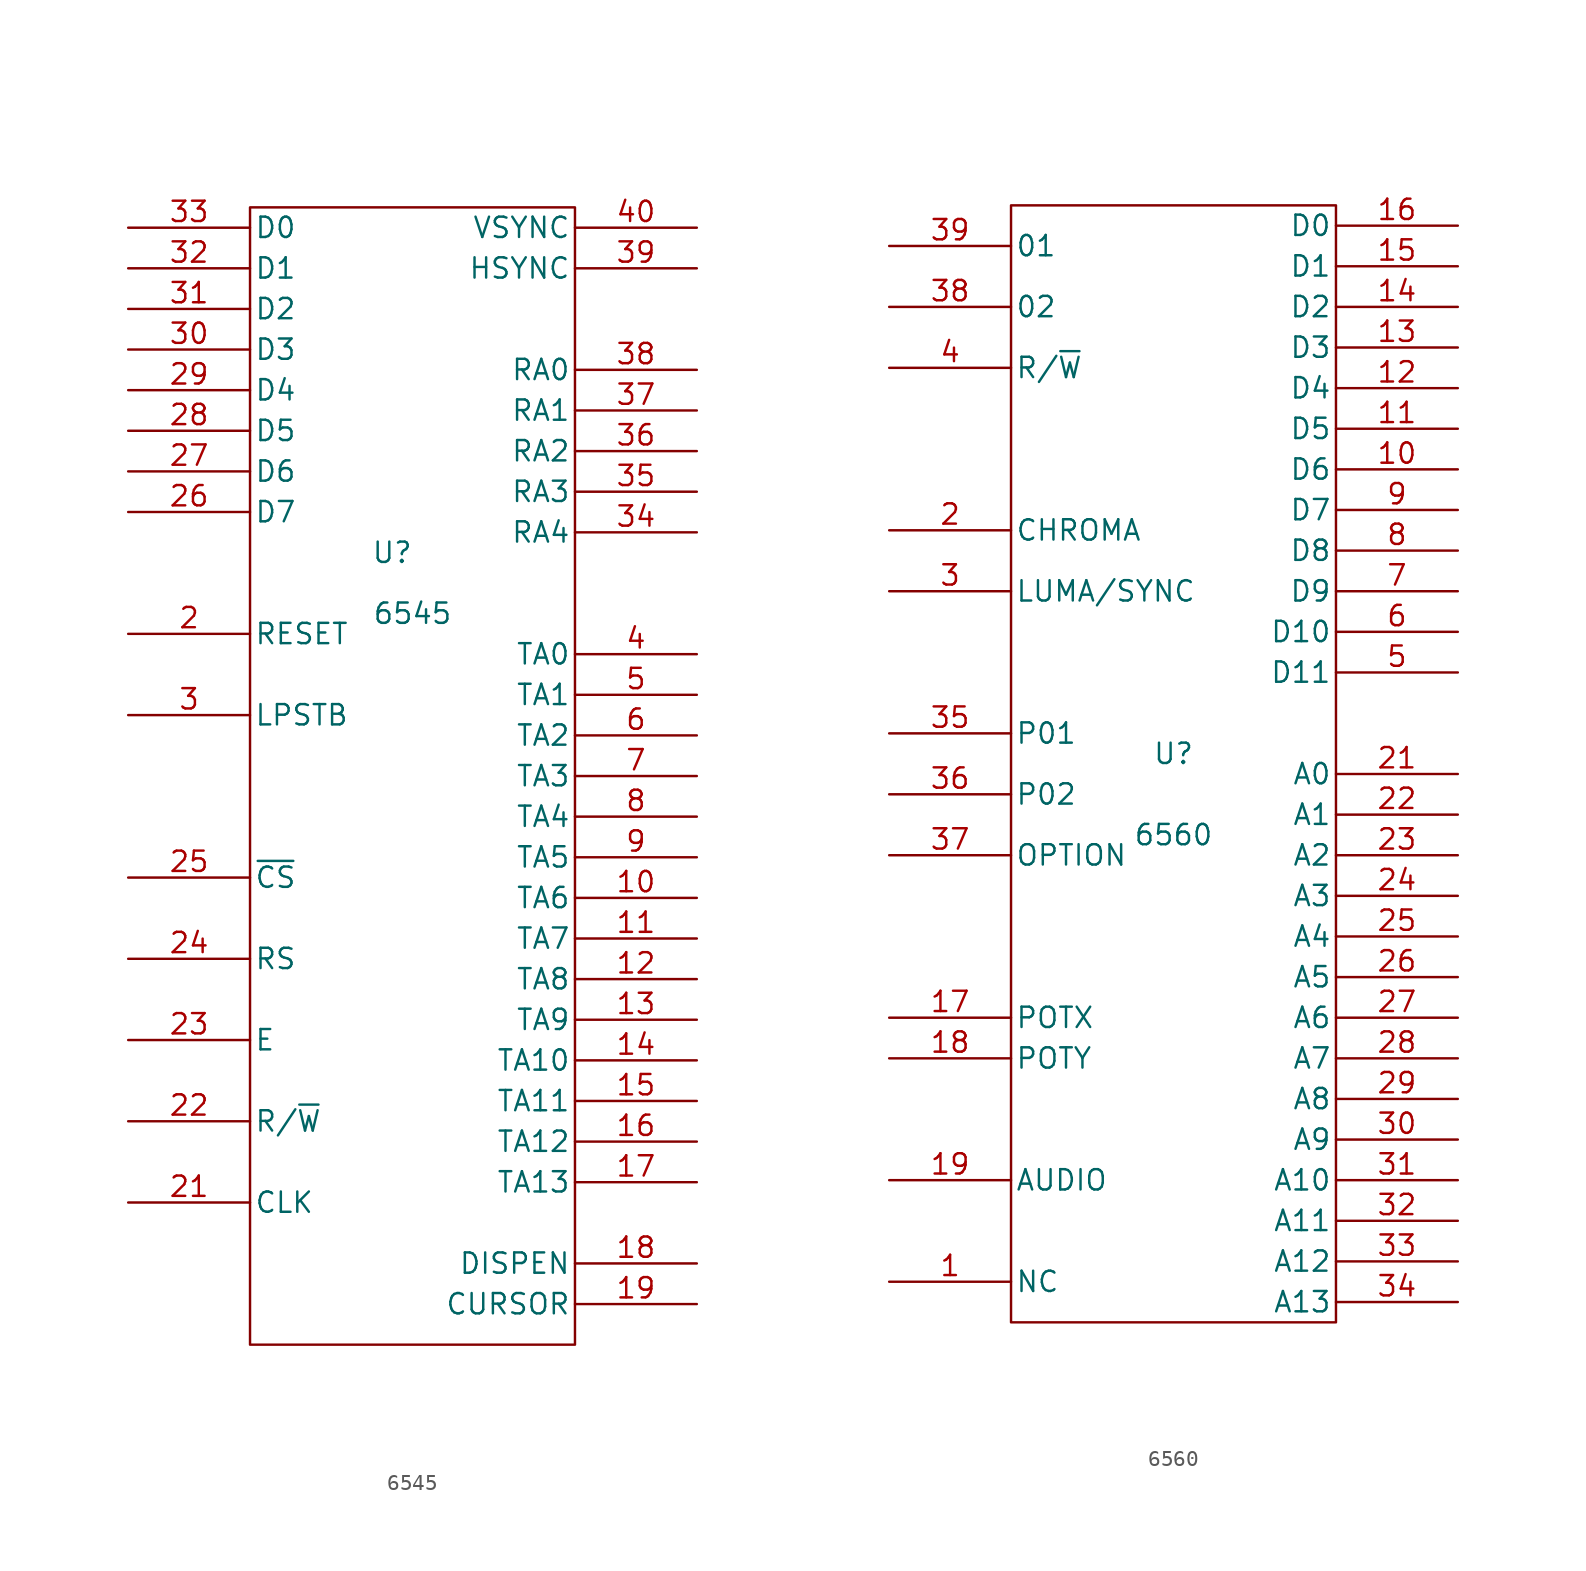
<source format=kicad_sym>
(kicad_symbol_lib
  (version 20211014)
  (generator kicad_symbol_editor)
  (symbol "6545"
    (pin_names
      (offset 0.254))
    (property "Reference" "U"
      (at -1.27 -2.54 0)
      (effects (font (size 1.27 1.27))))
    (property "Value" "6545"
      (at 0 -6.35 0)
      (effects (font (size 1.27 1.27))))
    (property "Footprint" ""
      (at 0 0 0)
      (effects (font (size 1.27 1.27))))
    (property "Datasheet" ""
      (at 0 0 0)
      (effects (font (size 1.27 1.27))))
    (symbol "6545_0_0"
      (pin power_in line (at 0 -52.07 90) (length 1.27) hide (name "GND" (effects (font (size 1.27 1.27)))) (number "1" (effects (font (size 1.27 1.27)))))
      (pin power_in line (at 0 20.32 270) (length 1.27) hide (name "Vcc" (effects (font (size 1.27 1.27)))) (number "20" (effects (font (size 1.27 1.27))))))
    (symbol "6545_0_1"
      (rectangle (start -10.16 19.05) (end 10.16 -52.07) (stroke (width 0) (type default) (color 0 0 0 0)) (fill (type none))))
    (symbol "6545_1_1"
      (pin output line (at 17.78 -24.13 180) (length 7.62) (name "TA6" (effects (font (size 1.27 1.27)))) (number "10" (effects (font (size 1.27 1.27)))))
      (pin output line (at 17.78 -26.67 180) (length 7.62) (name "TA7" (effects (font (size 1.27 1.27)))) (number "11" (effects (font (size 1.27 1.27)))))
      (pin output line (at 17.78 -29.21 180) (length 7.62) (name "TA8" (effects (font (size 1.27 1.27)))) (number "12" (effects (font (size 1.27 1.27)))))
      (pin output line (at 17.78 -31.75 180) (length 7.62) (name "TA9" (effects (font (size 1.27 1.27)))) (number "13" (effects (font (size 1.27 1.27)))))
      (pin output line (at 17.78 -34.29 180) (length 7.62) (name "TA10" (effects (font (size 1.27 1.27)))) (number "14" (effects (font (size 1.27 1.27)))))
      (pin output line (at 17.78 -36.83 180) (length 7.62) (name "TA11" (effects (font (size 1.27 1.27)))) (number "15" (effects (font (size 1.27 1.27)))))
      (pin output line (at 17.78 -39.37 180) (length 7.62) (name "TA12" (effects (font (size 1.27 1.27)))) (number "16" (effects (font (size 1.27 1.27)))))
      (pin output line (at 17.78 -41.91 180) (length 7.62) (name "TA13" (effects (font (size 1.27 1.27)))) (number "17" (effects (font (size 1.27 1.27)))))
      (pin output line (at 17.78 -46.99 180) (length 7.62) (name "DISPEN" (effects (font (size 1.27 1.27)))) (number "18" (effects (font (size 1.27 1.27)))))
      (pin output line (at 17.78 -49.53 180) (length 7.62) (name "CURSOR" (effects (font (size 1.27 1.27)))) (number "19" (effects (font (size 1.27 1.27)))))
      (pin input line (at -17.78 -7.62 0) (length 7.62) (name "RESET" (effects (font (size 1.27 1.27)))) (number "2" (effects (font (size 1.27 1.27)))))
      (pin input line (at -17.78 -43.18 0) (length 7.62) (name "CLK" (effects (font (size 1.27 1.27)))) (number "21" (effects (font (size 1.27 1.27)))))
      (pin input line (at -17.78 -38.1 0) (length 7.62) (name "R/~{W}" (effects (font (size 1.27 1.27)))) (number "22" (effects (font (size 1.27 1.27)))))
      (pin output line (at -17.78 -33.02 0) (length 7.62) (name "E" (effects (font (size 1.27 1.27)))) (number "23" (effects (font (size 1.27 1.27)))))
      (pin input line (at -17.78 -27.94 0) (length 7.62) (name "RS" (effects (font (size 1.27 1.27)))) (number "24" (effects (font (size 1.27 1.27)))))
      (pin input line (at -17.78 -22.86 0) (length 7.62) (name "~{CS}" (effects (font (size 1.27 1.27)))) (number "25" (effects (font (size 1.27 1.27)))))
      (pin bidirectional line (at -17.78 0 0) (length 7.62) (name "D7" (effects (font (size 1.27 1.27)))) (number "26" (effects (font (size 1.27 1.27)))))
      (pin bidirectional line (at -17.78 2.54 0) (length 7.62) (name "D6" (effects (font (size 1.27 1.27)))) (number "27" (effects (font (size 1.27 1.27)))))
      (pin bidirectional line (at -17.78 5.08 0) (length 7.62) (name "D5" (effects (font (size 1.27 1.27)))) (number "28" (effects (font (size 1.27 1.27)))))
      (pin bidirectional line (at -17.78 7.62 0) (length 7.62) (name "D4" (effects (font (size 1.27 1.27)))) (number "29" (effects (font (size 1.27 1.27)))))
      (pin input line (at -17.78 -12.7 0) (length 7.62) (name "LPSTB" (effects (font (size 1.27 1.27)))) (number "3" (effects (font (size 1.27 1.27)))))
      (pin input line (at -17.78 10.16 0) (length 7.62) (name "D3" (effects (font (size 1.27 1.27)))) (number "30" (effects (font (size 1.27 1.27)))))
      (pin bidirectional line (at -17.78 12.7 0) (length 7.62) (name "D2" (effects (font (size 1.27 1.27)))) (number "31" (effects (font (size 1.27 1.27)))))
      (pin bidirectional line (at -17.78 15.24 0) (length 7.62) (name "D1" (effects (font (size 1.27 1.27)))) (number "32" (effects (font (size 1.27 1.27)))))
      (pin bidirectional line (at -17.78 17.78 0) (length 7.62) (name "D0" (effects (font (size 1.27 1.27)))) (number "33" (effects (font (size 1.27 1.27)))))
      (pin output line (at 17.78 -1.27 180) (length 7.62) (name "RA4" (effects (font (size 1.27 1.27)))) (number "34" (effects (font (size 1.27 1.27)))))
      (pin output line (at 17.78 1.27 180) (length 7.62) (name "RA3" (effects (font (size 1.27 1.27)))) (number "35" (effects (font (size 1.27 1.27)))))
      (pin output line (at 17.78 3.81 180) (length 7.62) (name "RA2" (effects (font (size 1.27 1.27)))) (number "36" (effects (font (size 1.27 1.27)))))
      (pin output line (at 17.78 6.35 180) (length 7.62) (name "RA1" (effects (font (size 1.27 1.27)))) (number "37" (effects (font (size 1.27 1.27)))))
      (pin output line (at 17.78 8.89 180) (length 7.62) (name "RA0" (effects (font (size 1.27 1.27)))) (number "38" (effects (font (size 1.27 1.27)))))
      (pin output line (at 17.78 15.24 180) (length 7.62) (name "HSYNC" (effects (font (size 1.27 1.27)))) (number "39" (effects (font (size 1.27 1.27)))))
      (pin output line (at 17.78 -8.89 180) (length 7.62) (name "TA0" (effects (font (size 1.27 1.27)))) (number "4" (effects (font (size 1.27 1.27)))))
      (pin output line (at 17.78 17.78 180) (length 7.62) (name "VSYNC" (effects (font (size 1.27 1.27)))) (number "40" (effects (font (size 1.27 1.27)))))
      (pin output line (at 17.78 -11.43 180) (length 7.62) (name "TA1" (effects (font (size 1.27 1.27)))) (number "5" (effects (font (size 1.27 1.27)))))
      (pin output line (at 17.78 -13.97 180) (length 7.62) (name "TA2" (effects (font (size 1.27 1.27)))) (number "6" (effects (font (size 1.27 1.27)))))
      (pin output line (at 17.78 -16.51 180) (length 7.62) (name "TA3" (effects (font (size 1.27 1.27)))) (number "7" (effects (font (size 1.27 1.27)))))
      (pin output line (at 17.78 -19.05 180) (length 7.62) (name "TA4" (effects (font (size 1.27 1.27)))) (number "8" (effects (font (size 1.27 1.27)))))
      (pin output line (at 17.78 -21.59 180) (length 7.62) (name "TA5" (effects (font (size 1.27 1.27)))) (number "9" (effects (font (size 1.27 1.27)))))))
  (symbol "6560"
    (pin_names
      (offset 0.254))
    (property "Reference" "U"
      (at 0 -15.24 0)
      (effects (font (size 1.27 1.27))))
    (property "Value" "6560"
      (at 0 -20.32 0)
      (effects (font (size 1.27 1.27))))
    (property "Footprint" ""
      (at 0 0 0)
      (effects (font (size 1.27 1.27))))
    (property "Datasheet" ""
      (at 0 0 0)
      (effects (font (size 1.27 1.27))))
    (symbol "6560_0_0"
      (pin power_in line (at 0 -50.8 90) (length 1.27) hide (name "GND" (effects (font (size 1.27 1.27)))) (number "20" (effects (font (size 1.27 1.27)))))
      (pin power_in line (at 0 20.32 270) (length 1.27) hide (name "VCC" (effects (font (size 1.27 1.27)))) (number "40" (effects (font (size 1.27 1.27))))))
    (symbol "6560_0_1"
      (rectangle (start -10.16 19.05) (end 10.16 -50.8) (stroke (width 0) (type default) (color 0 0 0 0)) (fill (type none))))
    (symbol "6560_1_1"
      (pin bidirectional line (at -17.78 -48.26 0) (length 7.62) (name "NC" (effects (font (size 1.27 1.27)))) (number "1" (effects (font (size 1.27 1.27)))))
      (pin bidirectional line (at 17.78 2.54 180) (length 7.62) (name "D6" (effects (font (size 1.27 1.27)))) (number "10" (effects (font (size 1.27 1.27)))))
      (pin bidirectional line (at 17.78 5.08 180) (length 7.62) (name "D5" (effects (font (size 1.27 1.27)))) (number "11" (effects (font (size 1.27 1.27)))))
      (pin bidirectional line (at 17.78 7.62 180) (length 7.62) (name "D4" (effects (font (size 1.27 1.27)))) (number "12" (effects (font (size 1.27 1.27)))))
      (pin bidirectional line (at 17.78 10.16 180) (length 7.62) (name "D3" (effects (font (size 1.27 1.27)))) (number "13" (effects (font (size 1.27 1.27)))))
      (pin bidirectional line (at 17.78 12.7 180) (length 7.62) (name "D2" (effects (font (size 1.27 1.27)))) (number "14" (effects (font (size 1.27 1.27)))))
      (pin bidirectional line (at 17.78 15.24 180) (length 7.62) (name "D1" (effects (font (size 1.27 1.27)))) (number "15" (effects (font (size 1.27 1.27)))))
      (pin bidirectional line (at 17.78 17.78 180) (length 7.62) (name "D0" (effects (font (size 1.27 1.27)))) (number "16" (effects (font (size 1.27 1.27)))))
      (pin input line (at -17.78 -31.75 0) (length 7.62) (name "POTX" (effects (font (size 1.27 1.27)))) (number "17" (effects (font (size 1.27 1.27)))))
      (pin input line (at -17.78 -34.29 0) (length 7.62) (name "POTY" (effects (font (size 1.27 1.27)))) (number "18" (effects (font (size 1.27 1.27)))))
      (pin output line (at -17.78 -41.91 0) (length 7.62) (name "AUDIO" (effects (font (size 1.27 1.27)))) (number "19" (effects (font (size 1.27 1.27)))))
      (pin input line (at -17.78 -1.27 0) (length 7.62) (name "CHROMA" (effects (font (size 1.27 1.27)))) (number "2" (effects (font (size 1.27 1.27)))))
      (pin output line (at 17.78 -16.51 180) (length 7.62) (name "A0" (effects (font (size 1.27 1.27)))) (number "21" (effects (font (size 1.27 1.27)))))
      (pin output line (at 17.78 -19.05 180) (length 7.62) (name "A1" (effects (font (size 1.27 1.27)))) (number "22" (effects (font (size 1.27 1.27)))))
      (pin output line (at 17.78 -21.59 180) (length 7.62) (name "A2" (effects (font (size 1.27 1.27)))) (number "23" (effects (font (size 1.27 1.27)))))
      (pin output line (at 17.78 -24.13 180) (length 7.62) (name "A3" (effects (font (size 1.27 1.27)))) (number "24" (effects (font (size 1.27 1.27)))))
      (pin output line (at 17.78 -26.67 180) (length 7.62) (name "A4" (effects (font (size 1.27 1.27)))) (number "25" (effects (font (size 1.27 1.27)))))
      (pin output line (at 17.78 -29.21 180) (length 7.62) (name "A5" (effects (font (size 1.27 1.27)))) (number "26" (effects (font (size 1.27 1.27)))))
      (pin output line (at 17.78 -31.75 180) (length 7.62) (name "A6" (effects (font (size 1.27 1.27)))) (number "27" (effects (font (size 1.27 1.27)))))
      (pin output line (at 17.78 -34.29 180) (length 7.62) (name "A7" (effects (font (size 1.27 1.27)))) (number "28" (effects (font (size 1.27 1.27)))))
      (pin output line (at 17.78 -36.83 180) (length 7.62) (name "A8" (effects (font (size 1.27 1.27)))) (number "29" (effects (font (size 1.27 1.27)))))
      (pin input line (at -17.78 -5.08 0) (length 7.62) (name "LUMA/SYNC" (effects (font (size 1.27 1.27)))) (number "3" (effects (font (size 1.27 1.27)))))
      (pin output line (at 17.78 -39.37 180) (length 7.62) (name "A9" (effects (font (size 1.27 1.27)))) (number "30" (effects (font (size 1.27 1.27)))))
      (pin input line (at 17.78 -41.91 180) (length 7.62) (name "A10" (effects (font (size 1.27 1.27)))) (number "31" (effects (font (size 1.27 1.27)))))
      (pin output line (at 17.78 -44.45 180) (length 7.62) (name "A11" (effects (font (size 1.27 1.27)))) (number "32" (effects (font (size 1.27 1.27)))))
      (pin output line (at 17.78 -46.99 180) (length 7.62) (name "A12" (effects (font (size 1.27 1.27)))) (number "33" (effects (font (size 1.27 1.27)))))
      (pin output line (at 17.78 -49.53 180) (length 7.62) (name "A13" (effects (font (size 1.27 1.27)))) (number "34" (effects (font (size 1.27 1.27)))))
      (pin output line (at -17.78 -13.97 0) (length 7.62) (name "P01" (effects (font (size 1.27 1.27)))) (number "35" (effects (font (size 1.27 1.27)))))
      (pin output line (at -17.78 -17.78 0) (length 7.62) (name "P02" (effects (font (size 1.27 1.27)))) (number "36" (effects (font (size 1.27 1.27)))))
      (pin output line (at -17.78 -21.59 0) (length 7.62) (name "OPTION" (effects (font (size 1.27 1.27)))) (number "37" (effects (font (size 1.27 1.27)))))
      (pin input line (at -17.78 12.7 0) (length 7.62) (name "02" (effects (font (size 1.27 1.27)))) (number "38" (effects (font (size 1.27 1.27)))))
      (pin input line (at -17.78 16.51 0) (length 7.62) (name "01" (effects (font (size 1.27 1.27)))) (number "39" (effects (font (size 1.27 1.27)))))
      (pin output line (at -17.78 8.89 0) (length 7.62) (name "R/~{W}" (effects (font (size 1.27 1.27)))) (number "4" (effects (font (size 1.27 1.27)))))
      (pin bidirectional line (at 17.78 -10.16 180) (length 7.62) (name "D11" (effects (font (size 1.27 1.27)))) (number "5" (effects (font (size 1.27 1.27)))))
      (pin bidirectional line (at 17.78 -7.62 180) (length 7.62) (name "D10" (effects (font (size 1.27 1.27)))) (number "6" (effects (font (size 1.27 1.27)))))
      (pin output line (at 17.78 -5.08 180) (length 7.62) (name "D9" (effects (font (size 1.27 1.27)))) (number "7" (effects (font (size 1.27 1.27)))))
      (pin output line (at 17.78 -2.54 180) (length 7.62) (name "D8" (effects (font (size 1.27 1.27)))) (number "8" (effects (font (size 1.27 1.27)))))
      (pin bidirectional line (at 17.78 0 180) (length 7.62) (name "D7" (effects (font (size 1.27 1.27)))) (number "9" (effects (font (size 1.27 1.27))))))))
</source>
